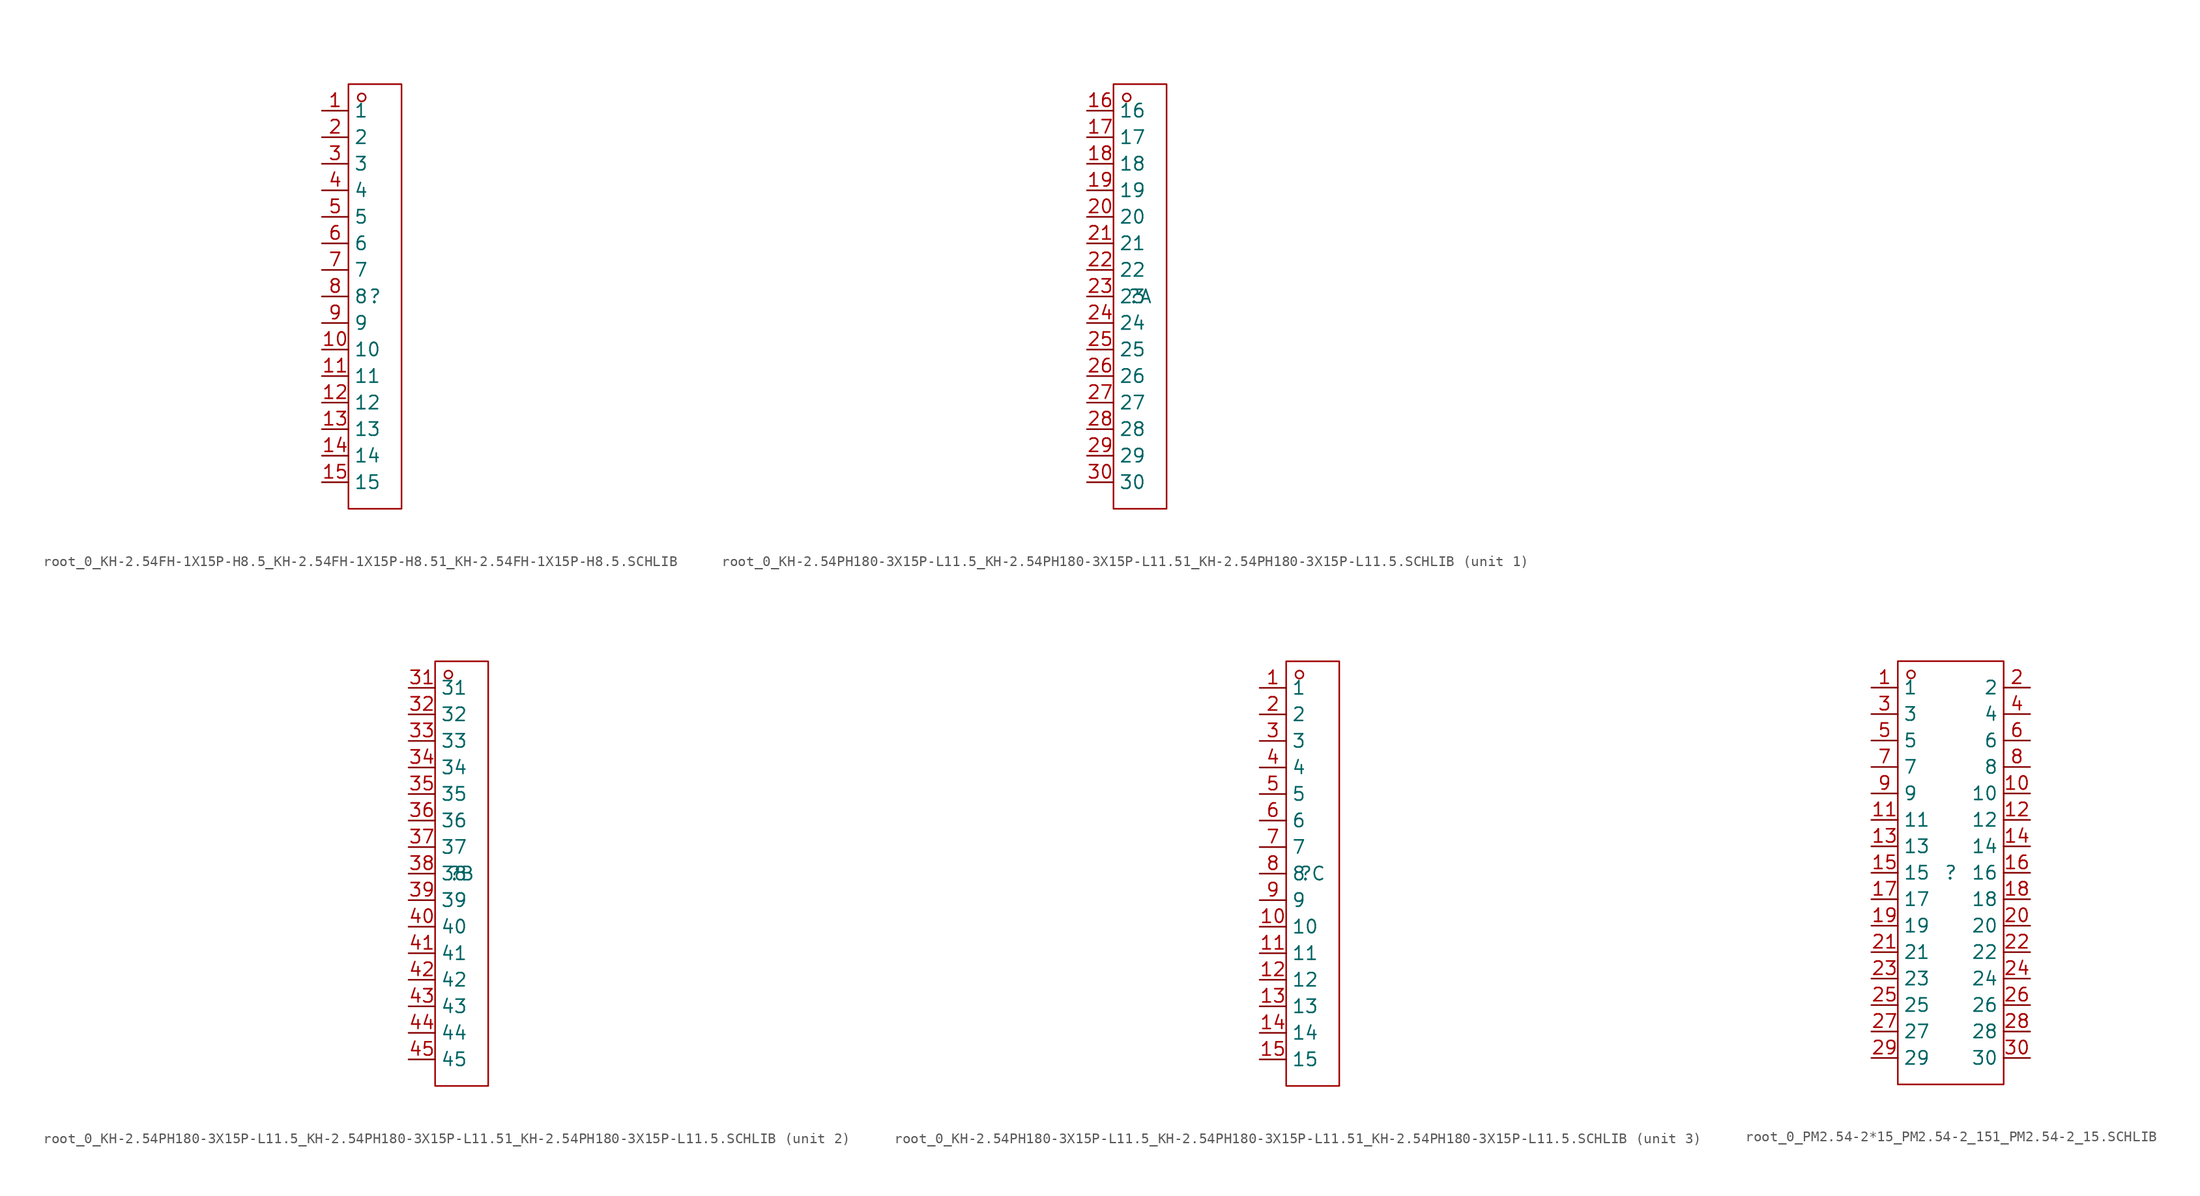
<source format=kicad_sym>
(kicad_symbol_lib
  (version 20241209)
  (generator "kicad_symbol_editor")
  (generator_version "9.0")
  (symbol "root_0_KH-2.54FH-1X15P-H8.5_KH-2.54FH-1X15P-H8.51_KH-2.54FH-1X15P-H8.5.SCHLIB"
    (property "Reference" ""
      (at 0 0 0)
      (effects (font (size 1.27 1.27))))
    (property "Value" ""
      (at 0 0 0)
      (effects (font (size 1.27 1.27))))
    (symbol "root_0_KH-2.54FH-1X15P-H8.5_KH-2.54FH-1X15P-H8.51_KH-2.54FH-1X15P-H8.5.SCHLIB_1_0"
      (rectangle (start -2.54 20.32) (end 2.54 -20.32) (stroke (width 0) (type solid) (color 160 0 0 1)) (fill (type none)))
      (circle (center -1.27 19.05) (radius 0.381) (stroke (width 0) (type solid) (color 160 0 0 1)) (fill (type none)))
      (pin passive line (at -5.08 17.78 0) (length 2.54) (name "1" (effects (font (size 1.27 1.27)))) (number "1" (effects (font (size 1.27 1.27)))))
      (pin passive line (at -5.08 15.24 0) (length 2.54) (name "2" (effects (font (size 1.27 1.27)))) (number "2" (effects (font (size 1.27 1.27)))))
      (pin passive line (at -5.08 12.7 0) (length 2.54) (name "3" (effects (font (size 1.27 1.27)))) (number "3" (effects (font (size 1.27 1.27)))))
      (pin passive line (at -5.08 10.16 0) (length 2.54) (name "4" (effects (font (size 1.27 1.27)))) (number "4" (effects (font (size 1.27 1.27)))))
      (pin passive line (at -5.08 7.62 0) (length 2.54) (name "5" (effects (font (size 1.27 1.27)))) (number "5" (effects (font (size 1.27 1.27)))))
      (pin passive line (at -5.08 5.08 0) (length 2.54) (name "6" (effects (font (size 1.27 1.27)))) (number "6" (effects (font (size 1.27 1.27)))))
      (pin passive line (at -5.08 2.54 0) (length 2.54) (name "7" (effects (font (size 1.27 1.27)))) (number "7" (effects (font (size 1.27 1.27)))))
      (pin passive line (at -5.08 0 0) (length 2.54) (name "8" (effects (font (size 1.27 1.27)))) (number "8" (effects (font (size 1.27 1.27)))))
      (pin passive line (at -5.08 -2.54 0) (length 2.54) (name "9" (effects (font (size 1.27 1.27)))) (number "9" (effects (font (size 1.27 1.27)))))
      (pin passive line (at -5.08 -5.08 0) (length 2.54) (name "10" (effects (font (size 1.27 1.27)))) (number "10" (effects (font (size 1.27 1.27)))))
      (pin passive line (at -5.08 -7.62 0) (length 2.54) (name "11" (effects (font (size 1.27 1.27)))) (number "11" (effects (font (size 1.27 1.27)))))
      (pin passive line (at -5.08 -10.16 0) (length 2.54) (name "12" (effects (font (size 1.27 1.27)))) (number "12" (effects (font (size 1.27 1.27)))))
      (pin passive line (at -5.08 -12.7 0) (length 2.54) (name "13" (effects (font (size 1.27 1.27)))) (number "13" (effects (font (size 1.27 1.27)))))
      (pin passive line (at -5.08 -15.24 0) (length 2.54) (name "14" (effects (font (size 1.27 1.27)))) (number "14" (effects (font (size 1.27 1.27)))))
      (pin passive line (at -5.08 -17.78 0) (length 2.54) (name "15" (effects (font (size 1.27 1.27)))) (number "15" (effects (font (size 1.27 1.27)))))))
  (symbol "root_0_KH-2.54PH180-3X15P-L11.5_KH-2.54PH180-3X15P-L11.51_KH-2.54PH180-3X15P-L11.5.SCHLIB"
    (property "Reference" ""
      (at 0 0 0)
      (effects (font (size 1.27 1.27))))
    (property "Value" ""
      (at 0 0 0)
      (effects (font (size 1.27 1.27))))
    (symbol "root_0_KH-2.54PH180-3X15P-L11.5_KH-2.54PH180-3X15P-L11.51_KH-2.54PH180-3X15P-L11.5.SCHLIB_1_0"
      (rectangle (start -2.54 20.32) (end 2.54 -20.32) (stroke (width 0) (type solid) (color 160 0 0 1)) (fill (type none)))
      (circle (center -1.27 19.05) (radius 0.381) (stroke (width 0) (type solid) (color 160 0 0 1)) (fill (type none)))
      (pin passive line (at -5.08 17.78 0) (length 2.54) (name "16" (effects (font (size 1.27 1.27)))) (number "16" (effects (font (size 1.27 1.27)))))
      (pin passive line (at -5.08 15.24 0) (length 2.54) (name "17" (effects (font (size 1.27 1.27)))) (number "17" (effects (font (size 1.27 1.27)))))
      (pin passive line (at -5.08 12.7 0) (length 2.54) (name "18" (effects (font (size 1.27 1.27)))) (number "18" (effects (font (size 1.27 1.27)))))
      (pin passive line (at -5.08 10.16 0) (length 2.54) (name "19" (effects (font (size 1.27 1.27)))) (number "19" (effects (font (size 1.27 1.27)))))
      (pin passive line (at -5.08 7.62 0) (length 2.54) (name "20" (effects (font (size 1.27 1.27)))) (number "20" (effects (font (size 1.27 1.27)))))
      (pin passive line (at -5.08 5.08 0) (length 2.54) (name "21" (effects (font (size 1.27 1.27)))) (number "21" (effects (font (size 1.27 1.27)))))
      (pin passive line (at -5.08 2.54 0) (length 2.54) (name "22" (effects (font (size 1.27 1.27)))) (number "22" (effects (font (size 1.27 1.27)))))
      (pin passive line (at -5.08 0 0) (length 2.54) (name "23" (effects (font (size 1.27 1.27)))) (number "23" (effects (font (size 1.27 1.27)))))
      (pin passive line (at -5.08 -2.54 0) (length 2.54) (name "24" (effects (font (size 1.27 1.27)))) (number "24" (effects (font (size 1.27 1.27)))))
      (pin passive line (at -5.08 -5.08 0) (length 2.54) (name "25" (effects (font (size 1.27 1.27)))) (number "25" (effects (font (size 1.27 1.27)))))
      (pin passive line (at -5.08 -7.62 0) (length 2.54) (name "26" (effects (font (size 1.27 1.27)))) (number "26" (effects (font (size 1.27 1.27)))))
      (pin passive line (at -5.08 -10.16 0) (length 2.54) (name "27" (effects (font (size 1.27 1.27)))) (number "27" (effects (font (size 1.27 1.27)))))
      (pin passive line (at -5.08 -12.7 0) (length 2.54) (name "28" (effects (font (size 1.27 1.27)))) (number "28" (effects (font (size 1.27 1.27)))))
      (pin passive line (at -5.08 -15.24 0) (length 2.54) (name "29" (effects (font (size 1.27 1.27)))) (number "29" (effects (font (size 1.27 1.27)))))
      (pin passive line (at -5.08 -17.78 0) (length 2.54) (name "30" (effects (font (size 1.27 1.27)))) (number "30" (effects (font (size 1.27 1.27))))))
    (symbol "root_0_KH-2.54PH180-3X15P-L11.5_KH-2.54PH180-3X15P-L11.51_KH-2.54PH180-3X15P-L11.5.SCHLIB_2_0"
      (rectangle (start -2.54 20.32) (end 2.54 -20.32) (stroke (width 0) (type solid) (color 160 0 0 1)) (fill (type none)))
      (circle (center -1.27 19.05) (radius 0.381) (stroke (width 0) (type solid) (color 160 0 0 1)) (fill (type none)))
      (pin passive line (at -5.08 17.78 0) (length 2.54) (name "31" (effects (font (size 1.27 1.27)))) (number "31" (effects (font (size 1.27 1.27)))))
      (pin passive line (at -5.08 15.24 0) (length 2.54) (name "32" (effects (font (size 1.27 1.27)))) (number "32" (effects (font (size 1.27 1.27)))))
      (pin passive line (at -5.08 12.7 0) (length 2.54) (name "33" (effects (font (size 1.27 1.27)))) (number "33" (effects (font (size 1.27 1.27)))))
      (pin passive line (at -5.08 10.16 0) (length 2.54) (name "34" (effects (font (size 1.27 1.27)))) (number "34" (effects (font (size 1.27 1.27)))))
      (pin passive line (at -5.08 7.62 0) (length 2.54) (name "35" (effects (font (size 1.27 1.27)))) (number "35" (effects (font (size 1.27 1.27)))))
      (pin passive line (at -5.08 5.08 0) (length 2.54) (name "36" (effects (font (size 1.27 1.27)))) (number "36" (effects (font (size 1.27 1.27)))))
      (pin passive line (at -5.08 2.54 0) (length 2.54) (name "37" (effects (font (size 1.27 1.27)))) (number "37" (effects (font (size 1.27 1.27)))))
      (pin passive line (at -5.08 0 0) (length 2.54) (name "38" (effects (font (size 1.27 1.27)))) (number "38" (effects (font (size 1.27 1.27)))))
      (pin passive line (at -5.08 -2.54 0) (length 2.54) (name "39" (effects (font (size 1.27 1.27)))) (number "39" (effects (font (size 1.27 1.27)))))
      (pin passive line (at -5.08 -5.08 0) (length 2.54) (name "40" (effects (font (size 1.27 1.27)))) (number "40" (effects (font (size 1.27 1.27)))))
      (pin passive line (at -5.08 -7.62 0) (length 2.54) (name "41" (effects (font (size 1.27 1.27)))) (number "41" (effects (font (size 1.27 1.27)))))
      (pin passive line (at -5.08 -10.16 0) (length 2.54) (name "42" (effects (font (size 1.27 1.27)))) (number "42" (effects (font (size 1.27 1.27)))))
      (pin passive line (at -5.08 -12.7 0) (length 2.54) (name "43" (effects (font (size 1.27 1.27)))) (number "43" (effects (font (size 1.27 1.27)))))
      (pin passive line (at -5.08 -15.24 0) (length 2.54) (name "44" (effects (font (size 1.27 1.27)))) (number "44" (effects (font (size 1.27 1.27)))))
      (pin passive line (at -5.08 -17.78 0) (length 2.54) (name "45" (effects (font (size 1.27 1.27)))) (number "45" (effects (font (size 1.27 1.27))))))
    (symbol "root_0_KH-2.54PH180-3X15P-L11.5_KH-2.54PH180-3X15P-L11.51_KH-2.54PH180-3X15P-L11.5.SCHLIB_3_0"
      (rectangle (start -2.54 20.32) (end 2.54 -20.32) (stroke (width 0) (type solid) (color 160 0 0 1)) (fill (type none)))
      (circle (center -1.27 19.05) (radius 0.381) (stroke (width 0) (type solid) (color 160 0 0 1)) (fill (type none)))
      (pin passive line (at -5.08 17.78 0) (length 2.54) (name "1" (effects (font (size 1.27 1.27)))) (number "1" (effects (font (size 1.27 1.27)))))
      (pin passive line (at -5.08 15.24 0) (length 2.54) (name "2" (effects (font (size 1.27 1.27)))) (number "2" (effects (font (size 1.27 1.27)))))
      (pin passive line (at -5.08 12.7 0) (length 2.54) (name "3" (effects (font (size 1.27 1.27)))) (number "3" (effects (font (size 1.27 1.27)))))
      (pin passive line (at -5.08 10.16 0) (length 2.54) (name "4" (effects (font (size 1.27 1.27)))) (number "4" (effects (font (size 1.27 1.27)))))
      (pin passive line (at -5.08 7.62 0) (length 2.54) (name "5" (effects (font (size 1.27 1.27)))) (number "5" (effects (font (size 1.27 1.27)))))
      (pin passive line (at -5.08 5.08 0) (length 2.54) (name "6" (effects (font (size 1.27 1.27)))) (number "6" (effects (font (size 1.27 1.27)))))
      (pin passive line (at -5.08 2.54 0) (length 2.54) (name "7" (effects (font (size 1.27 1.27)))) (number "7" (effects (font (size 1.27 1.27)))))
      (pin passive line (at -5.08 0 0) (length 2.54) (name "8" (effects (font (size 1.27 1.27)))) (number "8" (effects (font (size 1.27 1.27)))))
      (pin passive line (at -5.08 -2.54 0) (length 2.54) (name "9" (effects (font (size 1.27 1.27)))) (number "9" (effects (font (size 1.27 1.27)))))
      (pin passive line (at -5.08 -5.08 0) (length 2.54) (name "10" (effects (font (size 1.27 1.27)))) (number "10" (effects (font (size 1.27 1.27)))))
      (pin passive line (at -5.08 -7.62 0) (length 2.54) (name "11" (effects (font (size 1.27 1.27)))) (number "11" (effects (font (size 1.27 1.27)))))
      (pin passive line (at -5.08 -10.16 0) (length 2.54) (name "12" (effects (font (size 1.27 1.27)))) (number "12" (effects (font (size 1.27 1.27)))))
      (pin passive line (at -5.08 -12.7 0) (length 2.54) (name "13" (effects (font (size 1.27 1.27)))) (number "13" (effects (font (size 1.27 1.27)))))
      (pin passive line (at -5.08 -15.24 0) (length 2.54) (name "14" (effects (font (size 1.27 1.27)))) (number "14" (effects (font (size 1.27 1.27)))))
      (pin passive line (at -5.08 -17.78 0) (length 2.54) (name "15" (effects (font (size 1.27 1.27)))) (number "15" (effects (font (size 1.27 1.27)))))))
  (symbol "root_0_PM2.54-2*15_PM2.54-2_151_PM2.54-2_15.SCHLIB"
    (property "Reference" ""
      (at 0 0 0)
      (effects (font (size 1.27 1.27))))
    (property "Value" ""
      (at 0 0 0)
      (effects (font (size 1.27 1.27))))
    (symbol "root_0_PM2.54-2*15_PM2.54-2_151_PM2.54-2_15.SCHLIB_1_0"
      (rectangle (start -5.08 20.32) (end 5.08 -20.32) (stroke (width 0) (type solid) (color 160 0 0 1)) (fill (type none)))
      (circle (center -3.81 19.05) (radius 0.381) (stroke (width 0) (type solid) (color 160 0 0 1)) (fill (type none)))
      (pin passive line (at -7.62 17.78 0) (length 2.54) (name "1" (effects (font (size 1.27 1.27)))) (number "1" (effects (font (size 1.27 1.27)))))
      (pin passive line (at -7.62 15.24 0) (length 2.54) (name "3" (effects (font (size 1.27 1.27)))) (number "3" (effects (font (size 1.27 1.27)))))
      (pin passive line (at -7.62 12.7 0) (length 2.54) (name "5" (effects (font (size 1.27 1.27)))) (number "5" (effects (font (size 1.27 1.27)))))
      (pin passive line (at -7.62 10.16 0) (length 2.54) (name "7" (effects (font (size 1.27 1.27)))) (number "7" (effects (font (size 1.27 1.27)))))
      (pin passive line (at -7.62 7.62 0) (length 2.54) (name "9" (effects (font (size 1.27 1.27)))) (number "9" (effects (font (size 1.27 1.27)))))
      (pin passive line (at -7.62 5.08 0) (length 2.54) (name "11" (effects (font (size 1.27 1.27)))) (number "11" (effects (font (size 1.27 1.27)))))
      (pin passive line (at -7.62 2.54 0) (length 2.54) (name "13" (effects (font (size 1.27 1.27)))) (number "13" (effects (font (size 1.27 1.27)))))
      (pin passive line (at -7.62 0 0) (length 2.54) (name "15" (effects (font (size 1.27 1.27)))) (number "15" (effects (font (size 1.27 1.27)))))
      (pin passive line (at -7.62 -2.54 0) (length 2.54) (name "17" (effects (font (size 1.27 1.27)))) (number "17" (effects (font (size 1.27 1.27)))))
      (pin passive line (at -7.62 -5.08 0) (length 2.54) (name "19" (effects (font (size 1.27 1.27)))) (number "19" (effects (font (size 1.27 1.27)))))
      (pin passive line (at -7.62 -7.62 0) (length 2.54) (name "21" (effects (font (size 1.27 1.27)))) (number "21" (effects (font (size 1.27 1.27)))))
      (pin passive line (at -7.62 -10.16 0) (length 2.54) (name "23" (effects (font (size 1.27 1.27)))) (number "23" (effects (font (size 1.27 1.27)))))
      (pin passive line (at -7.62 -12.7 0) (length 2.54) (name "25" (effects (font (size 1.27 1.27)))) (number "25" (effects (font (size 1.27 1.27)))))
      (pin passive line (at -7.62 -15.24 0) (length 2.54) (name "27" (effects (font (size 1.27 1.27)))) (number "27" (effects (font (size 1.27 1.27)))))
      (pin passive line (at -7.62 -17.78 0) (length 2.54) (name "29" (effects (font (size 1.27 1.27)))) (number "29" (effects (font (size 1.27 1.27)))))
      (pin passive line (at 7.62 17.78 180) (length 2.54) (name "2" (effects (font (size 1.27 1.27)))) (number "2" (effects (font (size 1.27 1.27)))))
      (pin passive line (at 7.62 15.24 180) (length 2.54) (name "4" (effects (font (size 1.27 1.27)))) (number "4" (effects (font (size 1.27 1.27)))))
      (pin passive line (at 7.62 12.7 180) (length 2.54) (name "6" (effects (font (size 1.27 1.27)))) (number "6" (effects (font (size 1.27 1.27)))))
      (pin passive line (at 7.62 10.16 180) (length 2.54) (name "8" (effects (font (size 1.27 1.27)))) (number "8" (effects (font (size 1.27 1.27)))))
      (pin passive line (at 7.62 7.62 180) (length 2.54) (name "10" (effects (font (size 1.27 1.27)))) (number "10" (effects (font (size 1.27 1.27)))))
      (pin passive line (at 7.62 5.08 180) (length 2.54) (name "12" (effects (font (size 1.27 1.27)))) (number "12" (effects (font (size 1.27 1.27)))))
      (pin passive line (at 7.62 2.54 180) (length 2.54) (name "14" (effects (font (size 1.27 1.27)))) (number "14" (effects (font (size 1.27 1.27)))))
      (pin passive line (at 7.62 0 180) (length 2.54) (name "16" (effects (font (size 1.27 1.27)))) (number "16" (effects (font (size 1.27 1.27)))))
      (pin passive line (at 7.62 -2.54 180) (length 2.54) (name "18" (effects (font (size 1.27 1.27)))) (number "18" (effects (font (size 1.27 1.27)))))
      (pin passive line (at 7.62 -5.08 180) (length 2.54) (name "20" (effects (font (size 1.27 1.27)))) (number "20" (effects (font (size 1.27 1.27)))))
      (pin passive line (at 7.62 -7.62 180) (length 2.54) (name "22" (effects (font (size 1.27 1.27)))) (number "22" (effects (font (size 1.27 1.27)))))
      (pin passive line (at 7.62 -10.16 180) (length 2.54) (name "24" (effects (font (size 1.27 1.27)))) (number "24" (effects (font (size 1.27 1.27)))))
      (pin passive line (at 7.62 -12.7 180) (length 2.54) (name "26" (effects (font (size 1.27 1.27)))) (number "26" (effects (font (size 1.27 1.27)))))
      (pin passive line (at 7.62 -15.24 180) (length 2.54) (name "28" (effects (font (size 1.27 1.27)))) (number "28" (effects (font (size 1.27 1.27)))))
      (pin passive line (at 7.62 -17.78 180) (length 2.54) (name "30" (effects (font (size 1.27 1.27)))) (number "30" (effects (font (size 1.27 1.27))))))))
</source>
